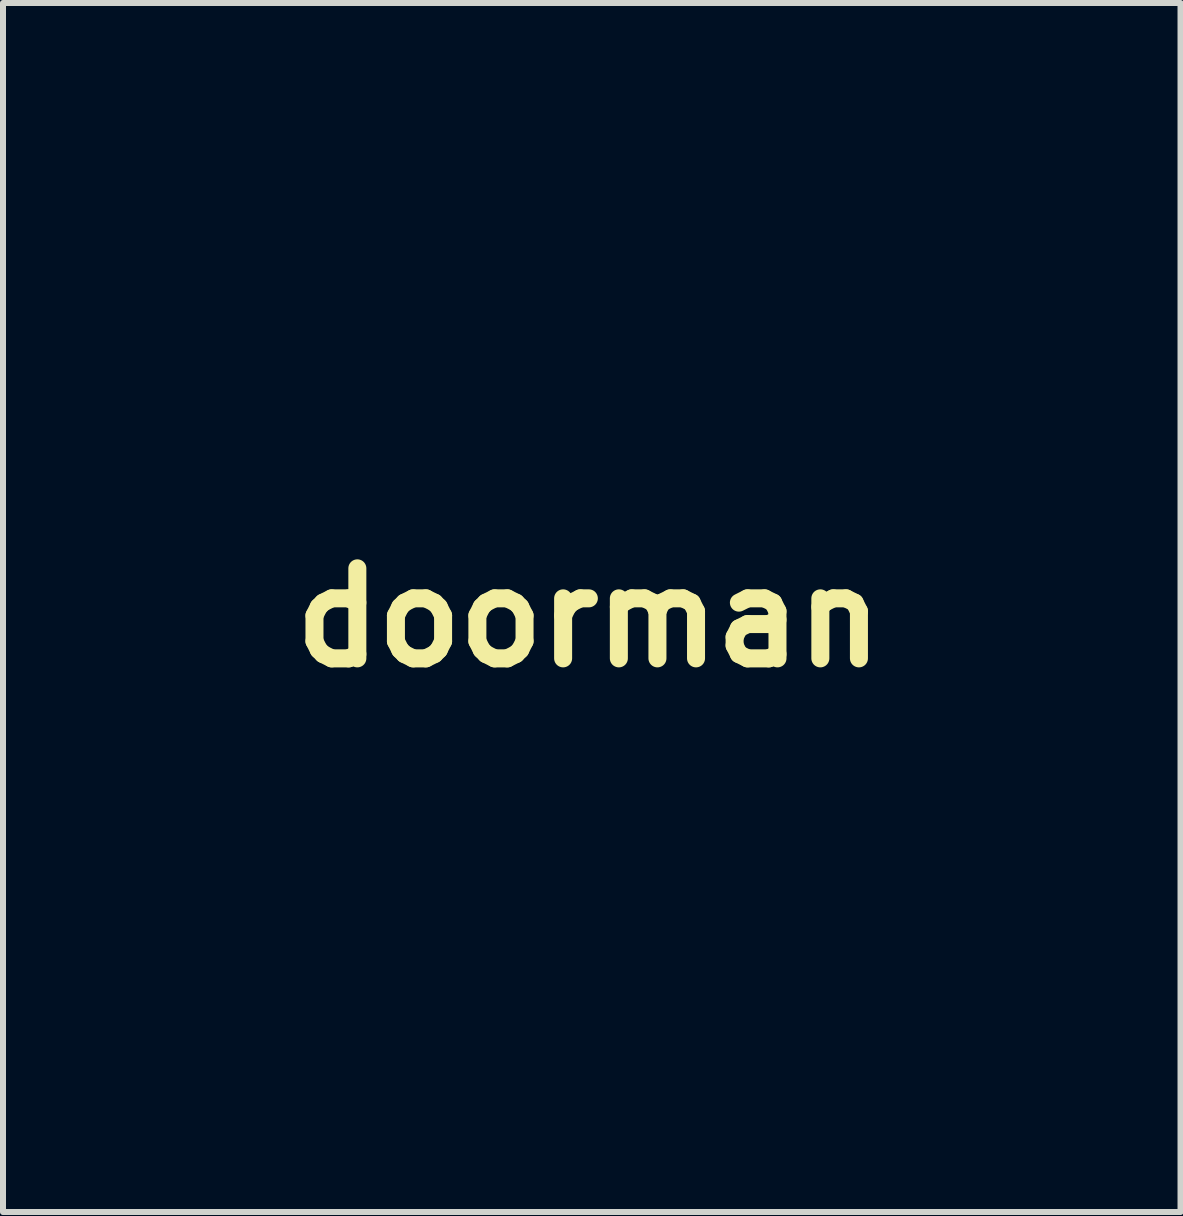
<source format=kicad_pcb>
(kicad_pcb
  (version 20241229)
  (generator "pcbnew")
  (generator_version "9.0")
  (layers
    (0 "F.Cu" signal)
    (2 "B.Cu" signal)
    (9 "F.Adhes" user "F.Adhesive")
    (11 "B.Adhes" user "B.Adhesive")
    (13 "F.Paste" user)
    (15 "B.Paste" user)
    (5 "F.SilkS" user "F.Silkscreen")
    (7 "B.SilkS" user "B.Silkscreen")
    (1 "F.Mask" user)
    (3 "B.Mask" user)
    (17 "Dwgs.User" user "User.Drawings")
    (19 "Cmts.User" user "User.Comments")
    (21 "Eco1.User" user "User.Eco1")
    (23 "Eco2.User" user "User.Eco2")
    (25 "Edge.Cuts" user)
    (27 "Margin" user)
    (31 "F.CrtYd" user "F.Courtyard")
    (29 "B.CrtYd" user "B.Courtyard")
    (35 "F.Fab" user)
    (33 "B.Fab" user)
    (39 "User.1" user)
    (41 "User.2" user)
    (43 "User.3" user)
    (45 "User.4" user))
  (footprint "doorman"
    (layer "F.Cu")
    (at 6.761 7.241)
    (property "Reference" "doorman" (at 0 0 0) (layer "F.SilkS") (effects (font (size 1.5 1.5) (thickness 0.3))))
    (attr board_only exclude_from_pos_files exclude_from_bom)
    (fp_poly (pts (xy 0.989 -0.101) (xy 1.069 -0.021) (xy 1.122 0.068) (xy 1.128 0.1) (xy 1.096 0.161) (xy 1.023 0.238) (xy 0.944 0.3) (xy 0.902 0.316) (xy 0.84 0.287) (xy 0.767 0.226) (xy 0.7 0.139) (xy 0.677 0.075) (xy 0.713 -0.01) (xy 0.799 -0.09) (xy 0.897 -0.134) (xy 0.915 -0.135)) (stroke (width 0) (type solid)) (fill yes) (layer "F.Mask"))
    (fp_poly (pts (xy 1.131 -7.24) (xy 1.294 -7.232) (xy 1.418 -7.215) (xy 1.527 -7.182) (xy 1.647 -7.13) (xy 1.726 -7.092) (xy 2.086 -6.866) (xy 2.384 -6.577) (xy 2.613 -6.231) (xy 2.771 -5.832) (xy 2.781 -5.797) (xy 2.838 -5.416) (xy 2.812 -5.035) (xy 2.708 -4.667) (xy 2.532 -4.323) (xy 2.291 -4.016) (xy 1.991 -3.758) (xy 1.721 -3.6) (xy 1.567 -3.53) (xy 1.434 -3.486) (xy 1.29 -3.46) (xy 1.104 -3.446) (xy 0.97 -3.441) (xy 0.733 -3.438) (xy 0.556 -3.448) (xy 0.41 -3.474) (xy 0.271 -3.519) (xy -0.112 -3.705) (xy -0.437 -3.958) (xy -0.697 -4.27) (xy -0.887 -4.635) (xy -1.001 -5.045) (xy -1.001 -5.047) (xy -1.025 -5.445) (xy -0.965 -5.833) (xy -0.827 -6.198) (xy -0.617 -6.531) (xy -0.34 -6.818) (xy -0.003 -7.05) (xy 0.074 -7.09) (xy 0.212 -7.155) (xy 0.325 -7.199) (xy 0.437 -7.224) (xy 0.575 -7.237) (xy 0.763 -7.241) (xy 0.902 -7.241)) (stroke (width 0) (type solid)) (fill yes) (layer "F.Mask"))
    (fp_poly (pts (xy 0.125 -3.132) (xy 0.235 -3.061) (xy 0.379 -2.959) (xy 0.473 -2.888) (xy 0.627 -2.776) (xy 0.757 -2.693) (xy 0.847 -2.65) (xy 0.874 -2.648) (xy 0.931 -2.688) (xy 1.041 -2.767) (xy 1.184 -2.873) (xy 1.251 -2.924) (xy 1.422 -3.043) (xy 1.555 -3.118) (xy 1.637 -3.144) (xy 1.646 -3.142) (xy 1.679 -3.087) (xy 1.703 -2.967) (xy 1.716 -2.808) (xy 1.719 -2.635) (xy 1.712 -2.472) (xy 1.693 -2.345) (xy 1.663 -2.279) (xy 1.657 -2.276) (xy 1.589 -2.279) (xy 1.462 -2.308) (xy 1.3 -2.356) (xy 1.266 -2.368) (xy 1.063 -2.433) (xy 0.912 -2.468) (xy 0.78 -2.47) (xy 0.635 -2.442) (xy 0.444 -2.382) (xy 0.406 -2.369) (xy 0.223 -2.307) (xy 0.107 -2.272) (xy 0.041 -2.263) (xy 0.007 -2.278) (xy -0.013 -2.314) (xy -0.018 -2.327) (xy -0.032 -2.407) (xy -0.042 -2.546) (xy -0.045 -2.707) (xy -0.039 -2.924) (xy -0.02 -3.063) (xy 0.015 -3.137) (xy 0.067 -3.158)) (stroke (width 0) (type solid)) (fill yes) (layer "F.Mask"))
    (fp_poly (pts (xy 2.668 -3.007) (xy 2.807 -2.966) (xy 2.984 -2.908) (xy 3.176 -2.84) (xy 3.36 -2.77) (xy 3.513 -2.708) (xy 3.587 -2.673) (xy 3.79 -2.538) (xy 3.991 -2.353) (xy 4.159 -2.148) (xy 4.251 -1.99) (xy 4.278 -1.927) (xy 4.298 -1.861) (xy 4.313 -1.779) (xy 4.323 -1.671) (xy 4.329 -1.525) (xy 4.332 -1.33) (xy 4.331 -1.074) (xy 4.328 -0.747) (xy 4.325 -0.501) (xy 4.309 0.79) (xy 5.414 0.812) (xy 5.811 0.822) (xy 6.123 0.834) (xy 6.355 0.848) (xy 6.515 0.865) (xy 6.605 0.886) (xy 6.62 0.892) (xy 6.668 0.92) (xy 6.709 0.95) (xy 6.744 0.988) (xy 6.772 1.042) (xy 6.796 1.118) (xy 6.814 1.222) (xy 6.829 1.363) (xy 6.84 1.546) (xy 6.847 1.779) (xy 6.853 2.068) (xy 6.856 2.42) (xy 6.857 2.842) (xy 6.858 3.341) (xy 6.858 3.905) (xy 6.858 6.596) (xy 6.704 6.749) (xy 6.551 6.903) (xy 0.05 6.903) (xy -6.45 6.903) (xy -6.597 6.771) (xy -6.745 6.639) (xy -6.757 3.929) (xy -6.759 3.358) (xy -6.761 2.87) (xy -6.761 2.46) (xy -6.76 2.118) (xy -6.758 1.84) (xy -6.754 1.617) (xy -6.749 1.444) (xy -6.742 1.312) (xy -6.733 1.216) (xy -6.722 1.148) (xy -6.708 1.102) (xy -6.7 1.083) (xy -6.644 0.992) (xy -6.574 0.923) (xy -6.477 0.874) (xy -6.341 0.842) (xy -6.152 0.823) (xy -5.898 0.814) (xy -5.608 0.812) (xy -4.85 0.812) (xy -4.85 0.282) (xy -4.831 -0.13) (xy -4.769 -0.487) (xy -4.657 -0.817) (xy -4.488 -1.148) (xy -4.465 -1.186) (xy -4.376 -1.344) (xy -4.332 -1.451) (xy -4.326 -1.531) (xy -4.338 -1.575) (xy -4.359 -1.748) (xy -4.305 -1.923) (xy -4.188 -2.077) (xy -4.073 -2.159) (xy -3.889 -2.212) (xy -3.704 -2.175) (xy -3.535 -2.061) (xy -3.43 -1.951) (xy -3.382 -1.849) (xy -3.371 -1.73) (xy -3.408 -1.52) (xy -3.514 -1.359) (xy -3.668 -1.264) (xy -3.8 -1.211) (xy -3.893 -1.156) (xy -3.968 -1.077) (xy -4.046 -0.954) (xy -4.118 -0.823) (xy -4.293 -0.425) (xy -4.383 -0.03) (xy -4.391 0.377) (xy -4.348 0.688) (xy -4.324 0.812) (xy -3.515 0.812) (xy -2.707 0.812) (xy -2.707 0.553) (xy -2.709 0.428) (xy -2.716 0.232) (xy -2.723 0.059) (xy 0.57 0.059) (xy 0.602 0.212) (xy 0.608 0.224) (xy 0.672 0.321) (xy 0.732 0.376) (xy 0.732 0.376) (xy 0.895 0.402) (xy 1.059 0.365) (xy 1.13 0.323) (xy 1.219 0.2) (xy 1.233 0.053) (xy 1.175 -0.093) (xy 1.106 -0.168) (xy 0.966 -0.242) (xy 0.824 -0.242) (xy 0.699 -0.182) (xy 0.608 -0.077) (xy 0.57 0.059) (xy -2.723 0.059) (xy -2.726 -0.018) (xy -2.739 -0.303) (xy -2.755 -0.605) (xy -2.757 -0.658) (xy -2.762 -0.749) (xy -2.022 -0.749) (xy -2.018 -0.581) (xy -1.983 -0.495) (xy -1.977 -0.49) (xy -1.904 -0.472) (xy -1.763 -0.46) (xy -1.574 -0.453) (xy -1.358 -0.45) (xy -1.133 -0.453) (xy -0.92 -0.46) (xy -0.738 -0.471) (xy -0.608 -0.487) (xy -0.55 -0.505) (xy -0.51 -0.595) (xy -0.498 -0.725) (xy -0.514 -0.854) (xy -0.556 -0.941) (xy -0.559 -0.943) (xy -0.63 -0.966) (xy -0.781 -0.98) (xy -1.015 -0.985) (xy -1.314 -0.982) (xy -2.008 -0.97) (xy -2.022 -0.749) (xy -2.762 -0.749) (xy -2.776 -1.046) (xy -2.783 -1.356) (xy -2.776 -1.603) (xy -2.754 -1.799) (xy -2.714 -1.956) (xy -2.652 -2.088) (xy -2.568 -2.207) (xy -2.459 -2.327) (xy -2.445 -2.341) (xy -2.344 -2.434) (xy -2.237 -2.513) (xy -2.103 -2.587) (xy -1.925 -2.669) (xy -1.684 -2.767) (xy -1.627 -2.789) (xy -1.408 -2.873) (xy -1.216 -2.94) (xy -1.069 -2.987) (xy -0.983 -3.007) (xy -0.969 -3.006) (xy -0.931 -2.966) (xy -0.847 -2.861) (xy -0.723 -2.701) (xy -0.567 -2.493) (xy -0.384 -2.248) (xy -0.182 -1.973) (xy -0.046 -1.786) (xy 0.232 -1.406) (xy 0.463 -1.098) (xy 0.647 -0.861) (xy 0.784 -0.696) (xy 0.871 -0.606) (xy 0.904 -0.587) (xy 0.949 -0.618) (xy 1.03 -0.714) (xy 1.15 -0.877) (xy 1.309 -1.111) (xy 1.51 -1.417) (xy 1.754 -1.798) (xy 1.759 -1.805) (xy 1.949 -2.101) (xy 2.126 -2.372) (xy 2.283 -2.607) (xy 2.414 -2.798) (xy 2.513 -2.936) (xy 2.574 -3.011) (xy 2.589 -3.023)) (stroke (width 0) (type solid)) (fill yes) (layer "F.Mask")))
  (gr_rect
    (start -3 -3)
    (end 16.619 17.144)
    (stroke (width 0.1) (type default))
    (fill no)
    (layer "Edge.Cuts")))
</source>
